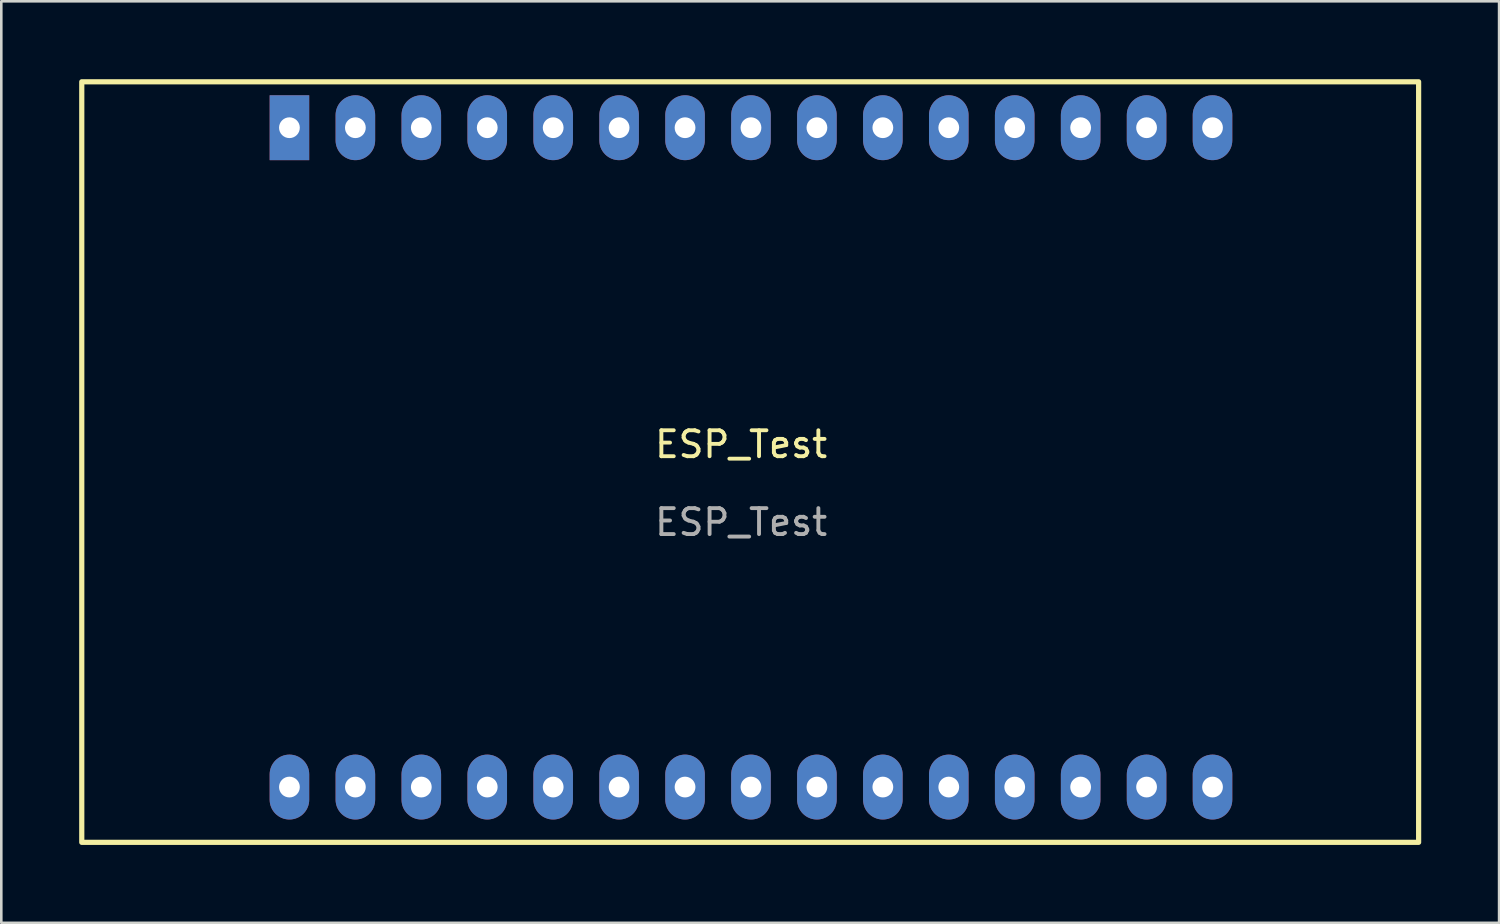
<source format=kicad_pcb>
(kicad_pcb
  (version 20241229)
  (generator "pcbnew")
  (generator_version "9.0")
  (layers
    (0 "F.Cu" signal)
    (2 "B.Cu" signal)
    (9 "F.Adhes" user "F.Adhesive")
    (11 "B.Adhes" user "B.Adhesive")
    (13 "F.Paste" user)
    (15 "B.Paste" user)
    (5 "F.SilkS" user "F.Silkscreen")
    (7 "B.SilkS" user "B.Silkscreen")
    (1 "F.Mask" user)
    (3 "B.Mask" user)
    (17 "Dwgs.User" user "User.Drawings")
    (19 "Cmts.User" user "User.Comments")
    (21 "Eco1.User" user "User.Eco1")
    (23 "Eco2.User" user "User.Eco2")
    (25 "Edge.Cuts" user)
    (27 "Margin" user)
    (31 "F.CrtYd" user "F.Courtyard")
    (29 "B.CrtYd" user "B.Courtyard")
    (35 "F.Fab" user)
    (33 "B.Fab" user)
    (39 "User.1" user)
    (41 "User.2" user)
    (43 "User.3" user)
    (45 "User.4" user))
  (footprint "ESP_Test"
    (layer "F.Cu")
    (at 25.5 14.57)
    (property "Reference" "ESP_Test" (at 0 -0.5 0) (unlocked yes) (layer "F.SilkS") (effects (font (size 1 1) (thickness 0.15))))
    (fp_rect (start -25.4 -14.47) (end 26.1 14.83) (stroke (width 0.2) (type default)) (fill no) (layer "F.SilkS"))
    (fp_text user "${REFERENCE}" (at 0 2.5 0) (unlocked yes) (layer "F.Fab") (effects (font (size 1 1) (thickness 0.15))))
    (pad "1" thru_hole rect (at -17.4 -12.7) (size 1.524 2.5) (drill 0.8) (layers "*.Cu" "*.Mask"))
    (pad "2" thru_hole oval (at -14.86 -12.7) (size 1.524 2.5) (drill 0.8) (layers "*.Cu" "*.Mask"))
    (pad "3" thru_hole oval (at -12.32 -12.7) (size 1.524 2.5) (drill 0.8) (layers "*.Cu" "*.Mask"))
    (pad "4" thru_hole oval (at -9.78 -12.7) (size 1.524 2.5) (drill 0.8) (layers "*.Cu" "*.Mask"))
    (pad "5" thru_hole oval (at -7.24 -12.7) (size 1.524 2.5) (drill 0.8) (layers "*.Cu" "*.Mask"))
    (pad "6" thru_hole oval (at -4.7 -12.7) (size 1.524 2.5) (drill 0.8) (layers "*.Cu" "*.Mask"))
    (pad "7" thru_hole oval (at -2.16 -12.7) (size 1.524 2.5) (drill 0.8) (layers "*.Cu" "*.Mask"))
    (pad "8" thru_hole oval (at 0.38 -12.7) (size 1.524 2.5) (drill 0.8) (layers "*.Cu" "*.Mask"))
    (pad "9" thru_hole oval (at 2.92 -12.7) (size 1.524 2.5) (drill 0.8) (layers "*.Cu" "*.Mask"))
    (pad "10" thru_hole oval (at 5.46 -12.7) (size 1.524 2.5) (drill 0.8) (layers "*.Cu" "*.Mask"))
    (pad "11" thru_hole oval (at 8 -12.7) (size 1.524 2.5) (drill 0.8) (layers "*.Cu" "*.Mask"))
    (pad "12" thru_hole oval (at 10.54 -12.7) (size 1.524 2.5) (drill 0.8) (layers "*.Cu" "*.Mask"))
    (pad "13" thru_hole oval (at 13.08 -12.7) (size 1.524 2.5) (drill 0.8) (layers "*.Cu" "*.Mask"))
    (pad "14" thru_hole oval (at 15.62 -12.7) (size 1.524 2.5) (drill 0.8) (layers "*.Cu" "*.Mask"))
    (pad "15" thru_hole oval (at 18.16 -12.7) (size 1.524 2.5) (drill 0.8) (layers "*.Cu" "*.Mask"))
    (pad "16" thru_hole oval (at 18.16 12.7) (size 1.524 2.5) (drill 0.8) (layers "*.Cu" "*.Mask"))
    (pad "17" thru_hole oval (at 15.62 12.7) (size 1.524 2.5) (drill 0.8) (layers "*.Cu" "*.Mask"))
    (pad "18" thru_hole oval (at 13.08 12.7) (size 1.524 2.5) (drill 0.8) (layers "*.Cu" "*.Mask"))
    (pad "19" thru_hole oval (at 10.54 12.7) (size 1.524 2.5) (drill 0.8) (layers "*.Cu" "*.Mask"))
    (pad "20" thru_hole oval (at 8 12.7) (size 1.524 2.5) (drill 0.8) (layers "*.Cu" "*.Mask"))
    (pad "21" thru_hole oval (at 5.46 12.7) (size 1.524 2.5) (drill 0.8) (layers "*.Cu" "*.Mask"))
    (pad "22" thru_hole oval (at 2.92 12.7) (size 1.524 2.5) (drill 0.8) (layers "*.Cu" "*.Mask"))
    (pad "23" thru_hole oval (at 0.38 12.7) (size 1.524 2.5) (drill 0.8) (layers "*.Cu" "*.Mask"))
    (pad "24" thru_hole oval (at -2.16 12.7) (size 1.524 2.5) (drill 0.8) (layers "*.Cu" "*.Mask"))
    (pad "25" thru_hole oval (at -4.7 12.7) (size 1.524 2.5) (drill 0.8) (layers "*.Cu" "*.Mask"))
    (pad "26" thru_hole oval (at -7.24 12.7) (size 1.524 2.5) (drill 0.8) (layers "*.Cu" "*.Mask"))
    (pad "27" thru_hole oval (at -9.78 12.7) (size 1.524 2.5) (drill 0.8) (layers "*.Cu" "*.Mask"))
    (pad "28" thru_hole oval (at -12.32 12.7) (size 1.524 2.5) (drill 0.8) (layers "*.Cu" "*.Mask"))
    (pad "29" thru_hole oval (at -14.86 12.7) (size 1.524 2.5) (drill 0.8) (layers "*.Cu" "*.Mask"))
    (pad "30" thru_hole oval (at -17.4 12.7) (size 1.524 2.5) (drill 0.8) (layers "*.Cu" "*.Mask")))
  (gr_rect
    (start -3 -3)
    (end 54.7 32.5)
    (stroke (width 0.1) (type default))
    (fill no)
    (layer "Edge.Cuts")))
</source>
